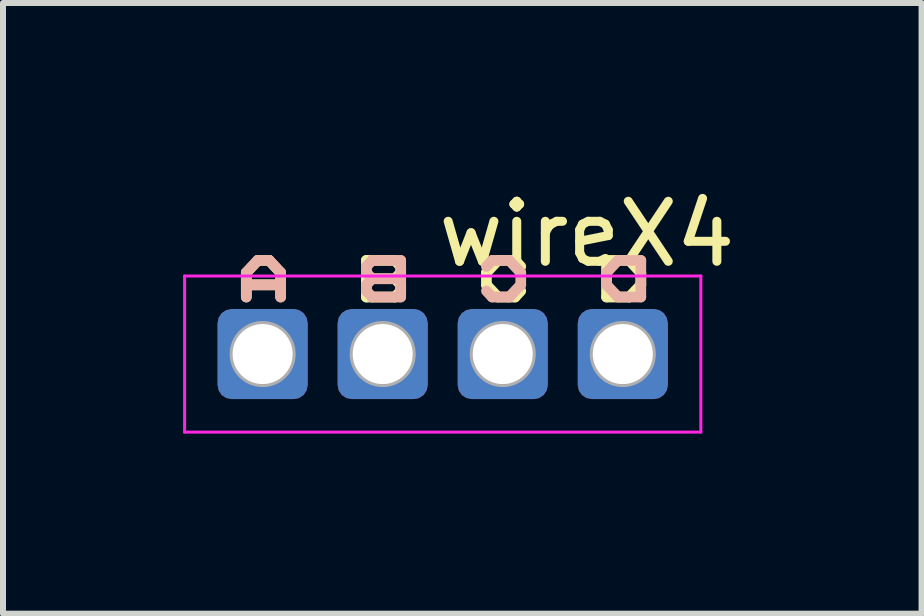
<source format=kicad_pcb>
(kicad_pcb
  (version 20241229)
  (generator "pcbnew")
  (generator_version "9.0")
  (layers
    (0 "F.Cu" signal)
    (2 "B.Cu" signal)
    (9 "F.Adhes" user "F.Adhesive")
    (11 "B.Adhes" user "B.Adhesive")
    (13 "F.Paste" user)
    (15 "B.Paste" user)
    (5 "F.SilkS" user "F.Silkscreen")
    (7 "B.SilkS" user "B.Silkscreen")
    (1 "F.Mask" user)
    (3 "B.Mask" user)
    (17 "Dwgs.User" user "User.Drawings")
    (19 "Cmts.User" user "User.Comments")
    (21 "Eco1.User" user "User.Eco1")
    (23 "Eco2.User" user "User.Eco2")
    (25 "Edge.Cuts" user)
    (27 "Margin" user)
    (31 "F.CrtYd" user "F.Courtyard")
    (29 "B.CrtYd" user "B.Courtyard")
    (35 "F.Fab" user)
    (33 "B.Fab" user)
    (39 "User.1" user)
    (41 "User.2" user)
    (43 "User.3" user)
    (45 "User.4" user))
  (footprint "wireX4"
    (layer "F.Cu")
    (at 1.325 2.848)
    (property "Reference" "wireX4" (at 5.4 -2 0) (layer "F.SilkS") (effects (font (size 1 1) (thickness 0.15))))
    (attr exclude_from_pos_files exclude_from_bom)
    (fp_line (start -0.272 -1.356) (end -0.081 -1.56) (stroke (width 0.178) (type solid)) (layer "F.SilkS"))
    (fp_line (start -0.272 -1.153) (end 0.3 -1.153) (stroke (width 0.178) (type solid)) (layer "F.SilkS"))
    (fp_line (start -0.272 -0.95) (end -0.272 -1.356) (stroke (width 0.178) (type solid)) (layer "F.SilkS"))
    (fp_line (start -0.081 -1.56) (end 0.11 -1.56) (stroke (width 0.178) (type solid)) (layer "F.SilkS"))
    (fp_line (start 0.11 -1.56) (end 0.3 -1.356) (stroke (width 0.178) (type solid)) (layer "F.SilkS"))
    (fp_line (start 0.3 -1.356) (end 0.3 -0.95) (stroke (width 0.178) (type solid)) (layer "F.SilkS"))
    (fp_line (start 1.728 -1.56) (end 2.205 -1.56) (stroke (width 0.178) (type solid)) (layer "F.SilkS"))
    (fp_line (start 1.728 -1.255) (end 2.205 -1.255) (stroke (width 0.178) (type solid)) (layer "F.SilkS"))
    (fp_line (start 1.728 -0.95) (end 1.728 -1.56) (stroke (width 0.178) (type solid)) (layer "F.SilkS"))
    (fp_line (start 2.205 -1.56) (end 2.3 -1.458) (stroke (width 0.178) (type solid)) (layer "F.SilkS"))
    (fp_line (start 2.205 -1.255) (end 2.3 -1.153) (stroke (width 0.178) (type solid)) (layer "F.SilkS"))
    (fp_line (start 2.205 -0.95) (end 1.728 -0.95) (stroke (width 0.178) (type solid)) (layer "F.SilkS"))
    (fp_line (start 2.3 -1.458) (end 2.3 -1.356) (stroke (width 0.178) (type solid)) (layer "F.SilkS"))
    (fp_line (start 2.3 -1.356) (end 2.205 -1.255) (stroke (width 0.178) (type solid)) (layer "F.SilkS"))
    (fp_line (start 2.3 -1.153) (end 2.3 -1.052) (stroke (width 0.178) (type solid)) (layer "F.SilkS"))
    (fp_line (start 2.3 -1.052) (end 2.205 -0.95) (stroke (width 0.178) (type solid)) (layer "F.SilkS"))
    (fp_line (start 3.728 -1.356) (end 3.919 -1.56) (stroke (width 0.178) (type solid)) (layer "F.SilkS"))
    (fp_line (start 3.728 -1.153) (end 3.728 -1.356) (stroke (width 0.178) (type solid)) (layer "F.SilkS"))
    (fp_line (start 3.919 -1.56) (end 4.205 -1.56) (stroke (width 0.178) (type solid)) (layer "F.SilkS"))
    (fp_line (start 3.919 -0.95) (end 3.728 -1.153) (stroke (width 0.178) (type solid)) (layer "F.SilkS"))
    (fp_line (start 4.205 -1.56) (end 4.3 -1.458) (stroke (width 0.178) (type solid)) (layer "F.SilkS"))
    (fp_line (start 4.205 -0.95) (end 3.919 -0.95) (stroke (width 0.178) (type solid)) (layer "F.SilkS"))
    (fp_line (start 4.3 -1.052) (end 4.205 -0.95) (stroke (width 0.178) (type solid)) (layer "F.SilkS"))
    (fp_line (start 5.729 -1.56) (end 6.109 -1.56) (stroke (width 0.178) (type solid)) (layer "F.SilkS"))
    (fp_line (start 5.729 -0.95) (end 5.729 -1.56) (stroke (width 0.178) (type solid)) (layer "F.SilkS"))
    (fp_line (start 6.109 -1.56) (end 6.3 -1.356) (stroke (width 0.178) (type solid)) (layer "F.SilkS"))
    (fp_line (start 6.109 -0.95) (end 5.729 -0.95) (stroke (width 0.178) (type solid)) (layer "F.SilkS"))
    (fp_line (start 6.3 -1.356) (end 6.3 -1.153) (stroke (width 0.178) (type solid)) (layer "F.SilkS"))
    (fp_line (start 6.3 -1.153) (end 6.109 -0.95) (stroke (width 0.178) (type solid)) (layer "F.SilkS"))
    (fp_line (start -0.272 -1.356) (end -0.272 -0.95) (stroke (width 0.178) (type solid)) (layer "B.SilkS"))
    (fp_line (start -0.081 -1.56) (end -0.272 -1.356) (stroke (width 0.178) (type solid)) (layer "B.SilkS"))
    (fp_line (start 0.11 -1.56) (end -0.081 -1.56) (stroke (width 0.178) (type solid)) (layer "B.SilkS"))
    (fp_line (start 0.3 -1.356) (end 0.11 -1.56) (stroke (width 0.178) (type solid)) (layer "B.SilkS"))
    (fp_line (start 0.3 -1.153) (end -0.272 -1.153) (stroke (width 0.178) (type solid)) (layer "B.SilkS"))
    (fp_line (start 0.3 -0.95) (end 0.3 -1.356) (stroke (width 0.178) (type solid)) (layer "B.SilkS"))
    (fp_line (start 1.728 -1.458) (end 1.728 -1.356) (stroke (width 0.178) (type solid)) (layer "B.SilkS"))
    (fp_line (start 1.728 -1.356) (end 1.824 -1.255) (stroke (width 0.178) (type solid)) (layer "B.SilkS"))
    (fp_line (start 1.728 -1.153) (end 1.728 -1.052) (stroke (width 0.178) (type solid)) (layer "B.SilkS"))
    (fp_line (start 1.728 -1.052) (end 1.824 -0.95) (stroke (width 0.178) (type solid)) (layer "B.SilkS"))
    (fp_line (start 1.824 -1.56) (end 1.728 -1.458) (stroke (width 0.178) (type solid)) (layer "B.SilkS"))
    (fp_line (start 1.824 -1.255) (end 1.728 -1.153) (stroke (width 0.178) (type solid)) (layer "B.SilkS"))
    (fp_line (start 1.824 -0.95) (end 2.3 -0.95) (stroke (width 0.178) (type solid)) (layer "B.SilkS"))
    (fp_line (start 2.3 -1.56) (end 1.824 -1.56) (stroke (width 0.178) (type solid)) (layer "B.SilkS"))
    (fp_line (start 2.3 -1.255) (end 1.824 -1.255) (stroke (width 0.178) (type solid)) (layer "B.SilkS"))
    (fp_line (start 2.3 -0.95) (end 2.3 -1.56) (stroke (width 0.178) (type solid)) (layer "B.SilkS"))
    (fp_line (start 3.728 -1.052) (end 3.824 -0.95) (stroke (width 0.178) (type solid)) (layer "B.SilkS"))
    (fp_line (start 3.824 -1.56) (end 3.728 -1.458) (stroke (width 0.178) (type solid)) (layer "B.SilkS"))
    (fp_line (start 3.824 -0.95) (end 4.109 -0.95) (stroke (width 0.178) (type solid)) (layer "B.SilkS"))
    (fp_line (start 4.109 -1.56) (end 3.824 -1.56) (stroke (width 0.178) (type solid)) (layer "B.SilkS"))
    (fp_line (start 4.109 -0.95) (end 4.3 -1.153) (stroke (width 0.178) (type solid)) (layer "B.SilkS"))
    (fp_line (start 4.3 -1.356) (end 4.109 -1.56) (stroke (width 0.178) (type solid)) (layer "B.SilkS"))
    (fp_line (start 4.3 -1.153) (end 4.3 -1.356) (stroke (width 0.178) (type solid)) (layer "B.SilkS"))
    (fp_line (start 5.729 -1.356) (end 5.729 -1.153) (stroke (width 0.178) (type solid)) (layer "B.SilkS"))
    (fp_line (start 5.729 -1.153) (end 5.919 -0.95) (stroke (width 0.178) (type solid)) (layer "B.SilkS"))
    (fp_line (start 5.919 -1.56) (end 5.729 -1.356) (stroke (width 0.178) (type solid)) (layer "B.SilkS"))
    (fp_line (start 5.919 -0.95) (end 6.3 -0.95) (stroke (width 0.178) (type solid)) (layer "B.SilkS"))
    (fp_line (start 6.3 -1.56) (end 5.919 -1.56) (stroke (width 0.178) (type solid)) (layer "B.SilkS"))
    (fp_line (start 6.3 -0.95) (end 6.3 -1.56) (stroke (width 0.178) (type solid)) (layer "B.SilkS"))
    (fp_line (start -1.3 -1.3) (end -1.3 1.3) (stroke (width 0.05) (type solid)) (layer "F.CrtYd"))
    (fp_line (start -1.3 1.3) (end 7.3 1.3) (stroke (width 0.05) (type solid)) (layer "F.CrtYd"))
    (fp_line (start 7.3 -1.3) (end -1.3 -1.3) (stroke (width 0.05) (type solid)) (layer "F.CrtYd"))
    (fp_line (start 7.3 1.3) (end 7.3 -1.3) (stroke (width 0.05) (type solid)) (layer "F.CrtYd"))
    (fp_circle (center 0 0) (end 0.5 0) (stroke (width 0.1) (type solid)) (fill no) (layer "F.Fab"))
    (fp_circle (center 2 0) (end 2.5 0) (stroke (width 0.1) (type solid)) (fill no) (layer "F.Fab"))
    (fp_circle (center 4 0) (end 4.5 0) (stroke (width 0.1) (type solid)) (fill no) (layer "F.Fab"))
    (fp_circle (center 6 0) (end 6.5 0) (stroke (width 0.1) (type solid)) (fill no) (layer "F.Fab"))
    (pad "1" thru_hole roundrect (at 0 0) (size 1.5 1.5) (drill 1) (layers "*.Cu" "*.Mask") (roundrect_rratio 0.156))
    (pad "2" thru_hole roundrect (at 2 0) (size 1.5 1.5) (drill 1) (layers "*.Cu" "*.Mask") (roundrect_rratio 0.156))
    (pad "3" thru_hole roundrect (at 4 0) (size 1.5 1.5) (drill 1) (layers "*.Cu" "*.Mask") (roundrect_rratio 0.156))
    (pad "4" thru_hole roundrect (at 6 0) (size 1.5 1.5) (drill 1) (layers "*.Cu" "*.Mask") (roundrect_rratio 0.156)))
  (gr_rect
    (start -3 -3)
    (end 12.302 7.173)
    (stroke (width 0.1) (type default))
    (fill no)
    (layer "Edge.Cuts")))
</source>
